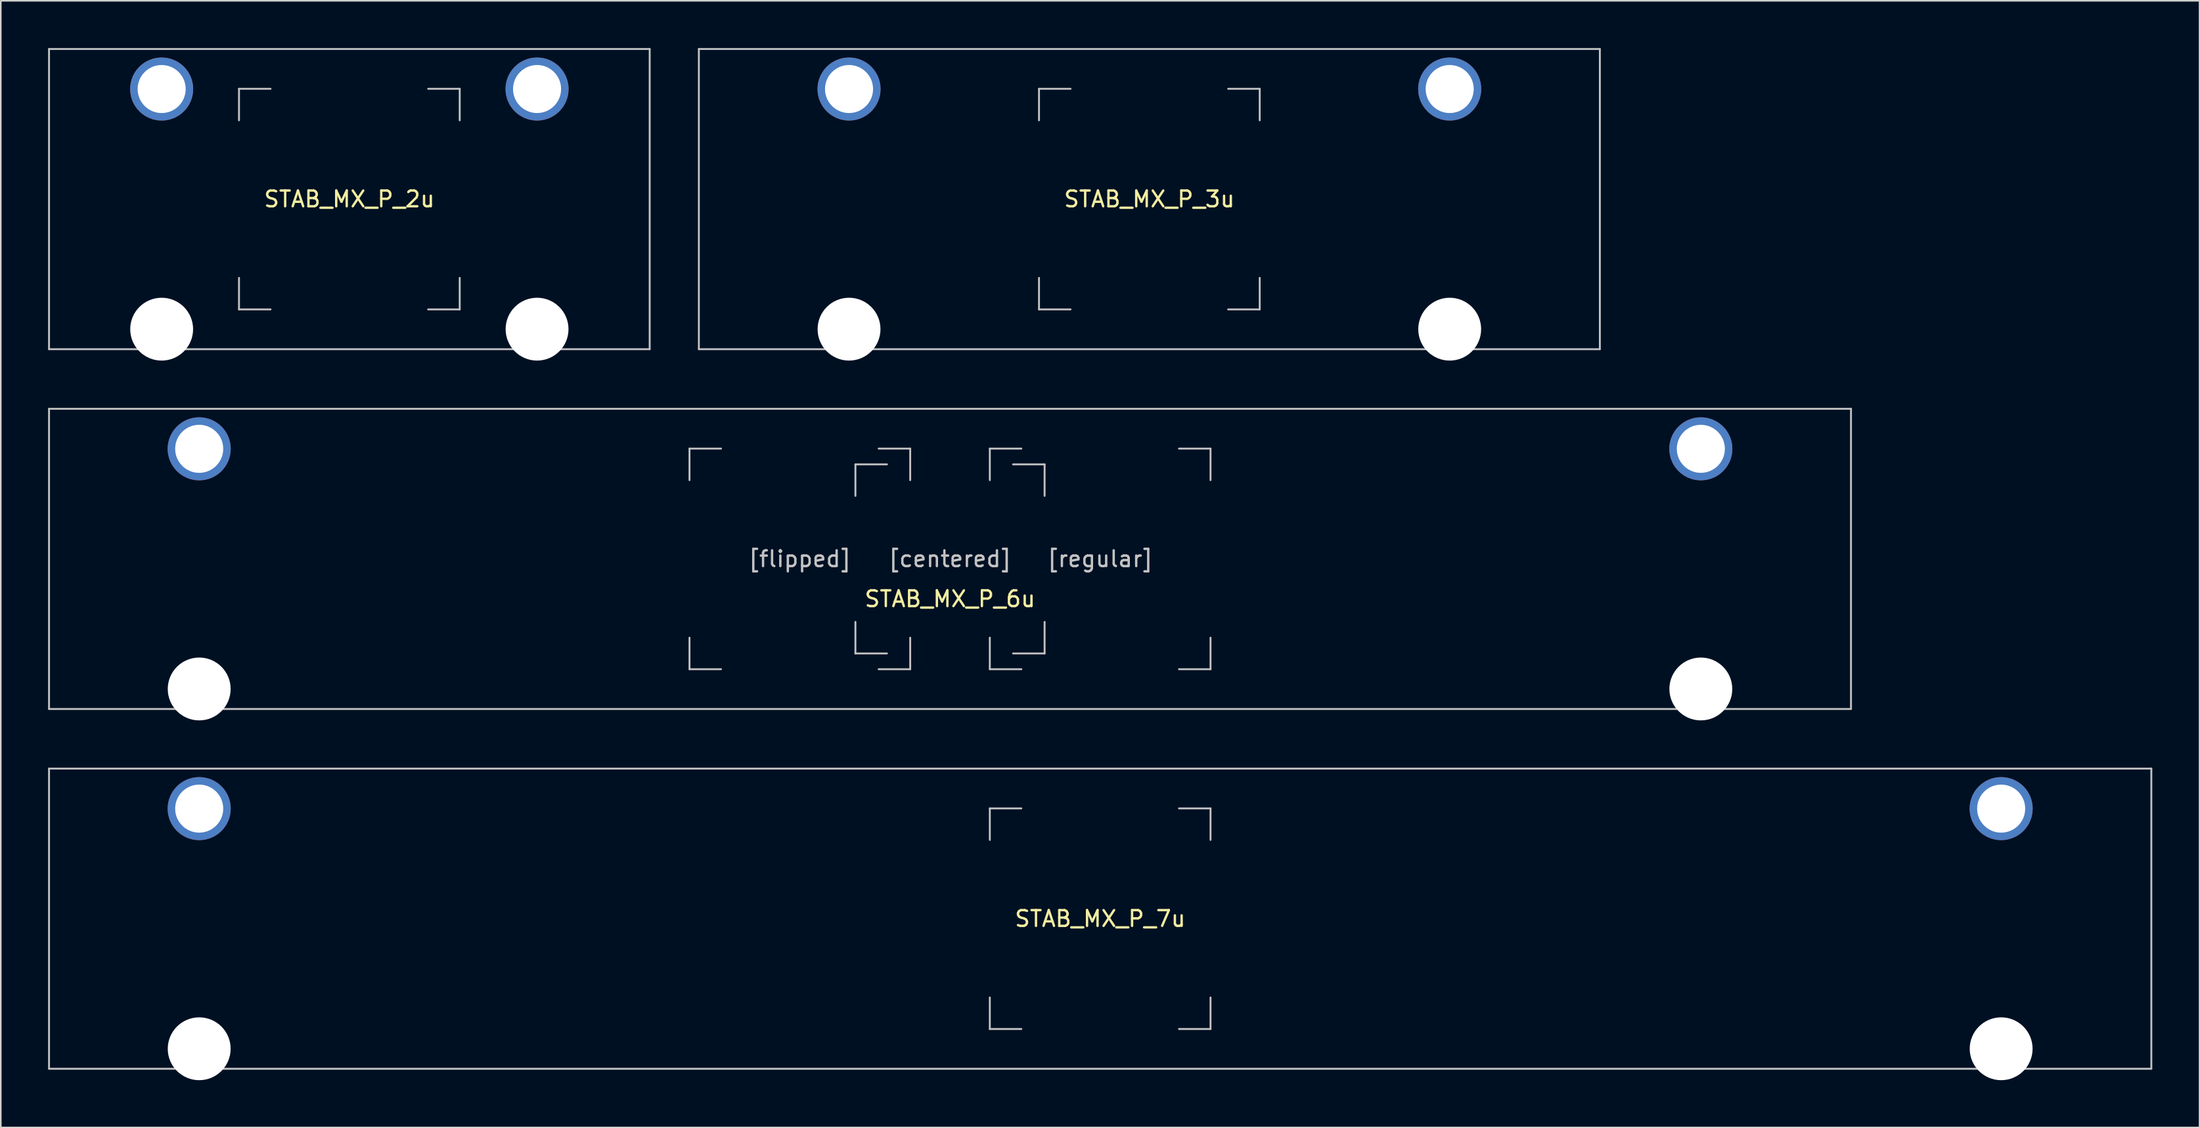
<source format=kicad_pcb>
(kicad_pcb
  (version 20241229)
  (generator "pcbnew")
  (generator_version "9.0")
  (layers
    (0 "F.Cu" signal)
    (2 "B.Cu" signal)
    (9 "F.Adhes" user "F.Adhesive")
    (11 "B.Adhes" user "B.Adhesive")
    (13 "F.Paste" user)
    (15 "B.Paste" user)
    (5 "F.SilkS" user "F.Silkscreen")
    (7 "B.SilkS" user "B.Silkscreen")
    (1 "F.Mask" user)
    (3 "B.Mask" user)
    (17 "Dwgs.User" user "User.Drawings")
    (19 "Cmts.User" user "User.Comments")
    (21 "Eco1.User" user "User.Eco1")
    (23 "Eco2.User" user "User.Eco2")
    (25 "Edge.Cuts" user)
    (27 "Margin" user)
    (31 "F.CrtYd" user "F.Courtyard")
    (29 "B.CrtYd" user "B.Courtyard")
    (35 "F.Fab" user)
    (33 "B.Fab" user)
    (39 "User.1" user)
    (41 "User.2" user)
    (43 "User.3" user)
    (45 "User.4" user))
  (footprint "STAB_MX_P_3u"
    (layer "F.Cu")
    (at 69.855 9.585)
    (property "Reference" "STAB_MX_P_3u" (at 0 0 0) (layer "F.SilkS") (effects (font (size 1 1) (thickness 0.15))))
    (attr through_hole exclude_from_pos_files exclude_from_bom)
    (fp_line (start -28.575 -9.525) (end -28.575 9.525) (stroke (width 0.12) (type solid)) (layer "Dwgs.User"))
    (fp_line (start -28.575 -9.525) (end 28.575 -9.525) (stroke (width 0.12) (type solid)) (layer "Dwgs.User"))
    (fp_line (start -28.575 9.525) (end 28.575 9.525) (stroke (width 0.12) (type solid)) (layer "Dwgs.User"))
    (fp_line (start -7 -7) (end -5 -7) (stroke (width 0.12) (type solid)) (layer "Dwgs.User"))
    (fp_line (start -7 -5) (end -7 -7) (stroke (width 0.12) (type solid)) (layer "Dwgs.User"))
    (fp_line (start -7 7) (end -7 5) (stroke (width 0.12) (type solid)) (layer "Dwgs.User"))
    (fp_line (start -5 7) (end -7 7) (stroke (width 0.12) (type solid)) (layer "Dwgs.User"))
    (fp_line (start 5 -7) (end 7 -7) (stroke (width 0.12) (type solid)) (layer "Dwgs.User"))
    (fp_line (start 5 7) (end 7 7) (stroke (width 0.12) (type solid)) (layer "Dwgs.User"))
    (fp_line (start 7 -7) (end 7 -5) (stroke (width 0.12) (type solid)) (layer "Dwgs.User"))
    (fp_line (start 7 7) (end 7 5) (stroke (width 0.12) (type solid)) (layer "Dwgs.User"))
    (fp_line (start 28.575 -9.525) (end 28.575 9.525) (stroke (width 0.12) (type solid)) (layer "Dwgs.User"))
    (fp_line (start -22.425 -5.5) (end -22.425 7.5) (stroke (width 0.05) (type solid)) (layer "Eco2.User"))
    (fp_line (start -21.925 -6) (end -16.175 -6) (stroke (width 0.05) (type solid)) (layer "Eco2.User"))
    (fp_line (start -21.925 8) (end -16.175 8) (stroke (width 0.05) (type solid)) (layer "Eco2.User"))
    (fp_line (start -15.675 -5.5) (end -15.675 7.5) (stroke (width 0.05) (type solid)) (layer "Eco2.User"))
    (fp_line (start 15.675 -5.5) (end 15.675 7.5) (stroke (width 0.05) (type solid)) (layer "Eco2.User"))
    (fp_line (start 16.175 -6) (end 21.924 -6) (stroke (width 0.05) (type solid)) (layer "Eco2.User"))
    (fp_line (start 16.175 8) (end 21.925 8) (stroke (width 0.05) (type solid)) (layer "Eco2.User"))
    (fp_line (start 22.424 -5.5) (end 22.425 7.5) (stroke (width 0.05) (type solid)) (layer "Eco2.User"))
    (fp_arc (start -22.425 -5.499999) (mid -22.278553 -5.853552) (end -21.925 -5.999999) (stroke (width 0.05) (type solid)) (layer "Eco2.User"))
    (fp_arc (start -21.925 8.000001) (mid -22.278553 7.853554) (end -22.425 7.500001) (stroke (width 0.05) (type solid)) (layer "Eco2.User"))
    (fp_arc (start -16.175 -5.999999) (mid -15.821447 -5.853552) (end -15.675 -5.499999) (stroke (width 0.05) (type solid)) (layer "Eco2.User"))
    (fp_arc (start -15.675 7.500001) (mid -15.821447 7.853554) (end -16.175 8.000001) (stroke (width 0.05) (type solid)) (layer "Eco2.User"))
    (fp_arc (start 15.675 -5.499999) (mid 15.821447 -5.853552) (end 16.175 -5.999999) (stroke (width 0.05) (type solid)) (layer "Eco2.User"))
    (fp_arc (start 16.175 8.000001) (mid 15.821447 7.853554) (end 15.675 7.500001) (stroke (width 0.05) (type solid)) (layer "Eco2.User"))
    (fp_arc (start 21.923789 -5.999999) (mid 22.277342 -5.853552) (end 22.423789 -5.499999) (stroke (width 0.05) (type solid)) (layer "Eco2.User"))
    (fp_arc (start 22.425 7.500001) (mid 22.278553 7.853554) (end 21.925 8.000001) (stroke (width 0.05) (type solid)) (layer "Eco2.User"))
    (pad "" thru_hole circle (at -19.05 -6.985) (size 4 4) (drill 3.048) (layers "*.Cu" "B.Mask"))
    (pad "" np_thru_hole circle (at -19.05 8.255) (size 3.988 3.988) (drill 3.988) (layers "*.Cu" "*.Mask"))
    (pad "" thru_hole circle (at 19.05 -6.985) (size 4 4) (drill 3.048) (layers "*.Cu" "B.Mask"))
    (pad "" np_thru_hole circle (at 19.05 8.255) (size 3.988 3.988) (drill 3.988) (layers "*.Cu" "*.Mask")))
  (footprint "STAB_MX_P_2u"
    (layer "F.Cu")
    (at 19.11 9.585)
    (property "Reference" "STAB_MX_P_2u" (at 0 0 0) (layer "F.SilkS") (effects (font (size 1 1) (thickness 0.15))))
    (attr through_hole exclude_from_pos_files exclude_from_bom)
    (fp_line (start -19.05 -9.525) (end -19.05 9.525) (stroke (width 0.12) (type solid)) (layer "Dwgs.User"))
    (fp_line (start -19.05 -9.525) (end 19.05 -9.525) (stroke (width 0.12) (type solid)) (layer "Dwgs.User"))
    (fp_line (start -19.05 9.525) (end 19.05 9.525) (stroke (width 0.12) (type solid)) (layer "Dwgs.User"))
    (fp_line (start -7 -7) (end -5 -7) (stroke (width 0.12) (type solid)) (layer "Dwgs.User"))
    (fp_line (start -7 -5) (end -7 -7) (stroke (width 0.12) (type solid)) (layer "Dwgs.User"))
    (fp_line (start -7 7) (end -7 5) (stroke (width 0.12) (type solid)) (layer "Dwgs.User"))
    (fp_line (start -5 7) (end -7 7) (stroke (width 0.12) (type solid)) (layer "Dwgs.User"))
    (fp_line (start 5 -7) (end 7 -7) (stroke (width 0.12) (type solid)) (layer "Dwgs.User"))
    (fp_line (start 5 7) (end 7 7) (stroke (width 0.12) (type solid)) (layer "Dwgs.User"))
    (fp_line (start 7 -7) (end 7 -5) (stroke (width 0.12) (type solid)) (layer "Dwgs.User"))
    (fp_line (start 7 7) (end 7 5) (stroke (width 0.12) (type solid)) (layer "Dwgs.User"))
    (fp_line (start 19.05 -9.525) (end 19.05 9.525) (stroke (width 0.12) (type solid)) (layer "Dwgs.User"))
    (fp_line (start -15.281 -5.5) (end -15.281 7.5) (stroke (width 0.05) (type solid)) (layer "Eco2.User"))
    (fp_line (start -14.781 -6) (end -9.031 -6) (stroke (width 0.05) (type solid)) (layer "Eco2.User"))
    (fp_line (start -14.781 8) (end -9.031 8) (stroke (width 0.05) (type solid)) (layer "Eco2.User"))
    (fp_line (start -8.531 -5.5) (end -8.531 7.5) (stroke (width 0.05) (type solid)) (layer "Eco2.User"))
    (fp_line (start 8.531 -5.5) (end 8.531 7.5) (stroke (width 0.05) (type solid)) (layer "Eco2.User"))
    (fp_line (start 9.031 -6) (end 14.78 -6) (stroke (width 0.05) (type solid)) (layer "Eco2.User"))
    (fp_line (start 9.031 8) (end 14.781 8) (stroke (width 0.05) (type solid)) (layer "Eco2.User"))
    (fp_line (start 15.28 -5.5) (end 15.281 7.5) (stroke (width 0.05) (type solid)) (layer "Eco2.User"))
    (fp_arc (start -15.28125 -5.499999) (mid -15.134803 -5.853552) (end -14.78125 -5.999999) (stroke (width 0.05) (type solid)) (layer "Eco2.User"))
    (fp_arc (start -14.78125 8.000001) (mid -15.134803 7.853554) (end -15.28125 7.500001) (stroke (width 0.05) (type solid)) (layer "Eco2.User"))
    (fp_arc (start -9.03125 -5.999999) (mid -8.677697 -5.853552) (end -8.53125 -5.499999) (stroke (width 0.05) (type solid)) (layer "Eco2.User"))
    (fp_arc (start -8.53125 7.500001) (mid -8.677697 7.853554) (end -9.03125 8.000001) (stroke (width 0.05) (type solid)) (layer "Eco2.User"))
    (fp_arc (start 8.53125 -5.499999) (mid 8.677697 -5.853552) (end 9.03125 -5.999999) (stroke (width 0.05) (type solid)) (layer "Eco2.User"))
    (fp_arc (start 9.03125 8.000001) (mid 8.677697 7.853554) (end 8.53125 7.500001) (stroke (width 0.05) (type solid)) (layer "Eco2.User"))
    (fp_arc (start 14.780039 -5.999999) (mid 15.133592 -5.853552) (end 15.280039 -5.499999) (stroke (width 0.05) (type solid)) (layer "Eco2.User"))
    (fp_arc (start 15.28125 7.500001) (mid 15.134803 7.853554) (end 14.78125 8.000001) (stroke (width 0.05) (type solid)) (layer "Eco2.User"))
    (pad "" thru_hole circle (at -11.906 -6.985) (size 4 4) (drill 3.048) (layers "*.Cu" "B.Mask"))
    (pad "" np_thru_hole circle (at -11.906 8.255) (size 3.988 3.988) (drill 3.988) (layers "*.Cu" "*.Mask"))
    (pad "" thru_hole circle (at 11.906 -6.985) (size 4 4) (drill 3.048) (layers "*.Cu" "B.Mask"))
    (pad "" np_thru_hole circle (at 11.906 8.255) (size 3.988 3.988) (drill 3.988) (layers "*.Cu" "*.Mask")))
  (footprint "STAB_MX_P_7u"
    (layer "F.Cu")
    (at 66.735 55.253)
    (property "Reference" "STAB_MX_P_7u" (at 0 0 0) (layer "F.SilkS") (effects (font (size 1 1) (thickness 0.15))))
    (attr through_hole exclude_from_pos_files exclude_from_bom)
    (fp_line (start -66.675 -9.525) (end -66.675 9.525) (stroke (width 0.12) (type solid)) (layer "Dwgs.User"))
    (fp_line (start -66.675 -9.525) (end 66.675 -9.525) (stroke (width 0.12) (type solid)) (layer "Dwgs.User"))
    (fp_line (start -66.675 9.525) (end 66.675 9.525) (stroke (width 0.12) (type solid)) (layer "Dwgs.User"))
    (fp_line (start -7 -7) (end -5 -7) (stroke (width 0.12) (type solid)) (layer "Dwgs.User"))
    (fp_line (start -7 -5) (end -7 -7) (stroke (width 0.12) (type solid)) (layer "Dwgs.User"))
    (fp_line (start -7 7) (end -7 5) (stroke (width 0.12) (type solid)) (layer "Dwgs.User"))
    (fp_line (start -5 7) (end -7 7) (stroke (width 0.12) (type solid)) (layer "Dwgs.User"))
    (fp_line (start 5 -7) (end 7 -7) (stroke (width 0.12) (type solid)) (layer "Dwgs.User"))
    (fp_line (start 5 7) (end 7 7) (stroke (width 0.12) (type solid)) (layer "Dwgs.User"))
    (fp_line (start 7 -7) (end 7 -5) (stroke (width 0.12) (type solid)) (layer "Dwgs.User"))
    (fp_line (start 7 7) (end 7 5) (stroke (width 0.12) (type solid)) (layer "Dwgs.User"))
    (fp_line (start 66.675 -9.525) (end 66.675 9.525) (stroke (width 0.12) (type solid)) (layer "Dwgs.User"))
    (fp_line (start -60.525 -5.5) (end -60.525 7.5) (stroke (width 0.05) (type solid)) (layer "Eco2.User"))
    (fp_line (start -60.025 -6) (end -54.275 -6) (stroke (width 0.05) (type solid)) (layer "Eco2.User"))
    (fp_line (start -60.025 8) (end -54.275 8) (stroke (width 0.05) (type solid)) (layer "Eco2.User"))
    (fp_line (start -53.775 -5.5) (end -53.775 7.5) (stroke (width 0.05) (type solid)) (layer "Eco2.User"))
    (fp_line (start 53.775 -5.5) (end 53.775 7.5) (stroke (width 0.05) (type solid)) (layer "Eco2.User"))
    (fp_line (start 54.275 -6) (end 60.024 -6) (stroke (width 0.05) (type solid)) (layer "Eco2.User"))
    (fp_line (start 54.275 8) (end 60.025 8) (stroke (width 0.05) (type solid)) (layer "Eco2.User"))
    (fp_line (start 60.524 -5.5) (end 60.525 7.5) (stroke (width 0.05) (type solid)) (layer "Eco2.User"))
    (fp_arc (start -60.525 -5.499999) (mid -60.378553 -5.853552) (end -60.025 -5.999999) (stroke (width 0.05) (type solid)) (layer "Eco2.User"))
    (fp_arc (start -60.025 8.000001) (mid -60.378553 7.853554) (end -60.525 7.500001) (stroke (width 0.05) (type solid)) (layer "Eco2.User"))
    (fp_arc (start -54.275 -5.999999) (mid -53.921447 -5.853552) (end -53.775 -5.499999) (stroke (width 0.05) (type solid)) (layer "Eco2.User"))
    (fp_arc (start -53.775 7.500001) (mid -53.921447 7.853554) (end -54.275 8.000001) (stroke (width 0.05) (type solid)) (layer "Eco2.User"))
    (fp_arc (start 53.775 -5.499999) (mid 53.921447 -5.853552) (end 54.275 -5.999999) (stroke (width 0.05) (type solid)) (layer "Eco2.User"))
    (fp_arc (start 54.275 8.000001) (mid 53.921447 7.853554) (end 53.775 7.500001) (stroke (width 0.05) (type solid)) (layer "Eco2.User"))
    (fp_arc (start 60.023789 -5.999999) (mid 60.377342 -5.853552) (end 60.523789 -5.499999) (stroke (width 0.05) (type solid)) (layer "Eco2.User"))
    (fp_arc (start 60.525 7.500001) (mid 60.378553 7.853554) (end 60.025 8.000001) (stroke (width 0.05) (type solid)) (layer "Eco2.User"))
    (pad "" thru_hole circle (at -57.15 -6.985) (size 4 4) (drill 3.048) (layers "*.Cu" "B.Mask"))
    (pad "" np_thru_hole circle (at -57.15 8.255) (size 3.988 3.988) (drill 3.988) (layers "*.Cu" "*.Mask"))
    (pad "" thru_hole circle (at 57.15 -6.985) (size 4 4) (drill 3.048) (layers "*.Cu" "B.Mask"))
    (pad "" np_thru_hole circle (at 57.15 8.255) (size 3.988 3.988) (drill 3.988) (layers "*.Cu" "*.Mask")))
  (footprint "STAB_MX_P_6u"
    (layer "F.Cu")
    (at 57.21 32.419)
    (property "Reference" "STAB_MX_P_6u" (at 0 2.54 0) (layer "F.SilkS") (effects (font (size 1 1) (thickness 0.15))))
    (attr through_hole exclude_from_pos_files exclude_from_bom)
    (fp_line (start -57.15 -9.525) (end -57.15 9.525) (stroke (width 0.12) (type solid)) (layer "Dwgs.User"))
    (fp_line (start -57.15 9.525) (end 57.15 9.525) (stroke (width 0.12) (type solid)) (layer "Dwgs.User"))
    (fp_line (start -16.525 -7) (end -14.525 -7) (stroke (width 0.12) (type solid)) (layer "Dwgs.User"))
    (fp_line (start -16.525 -5) (end -16.525 -7) (stroke (width 0.12) (type solid)) (layer "Dwgs.User"))
    (fp_line (start -16.525 7) (end -16.525 5) (stroke (width 0.12) (type solid)) (layer "Dwgs.User"))
    (fp_line (start -14.525 7) (end -16.525 7) (stroke (width 0.12) (type solid)) (layer "Dwgs.User"))
    (fp_line (start -6 -6) (end -4 -6) (stroke (width 0.12) (type solid)) (layer "Dwgs.User"))
    (fp_line (start -6 -4) (end -6 -6) (stroke (width 0.12) (type solid)) (layer "Dwgs.User"))
    (fp_line (start -6 6) (end -6 4) (stroke (width 0.12) (type solid)) (layer "Dwgs.User"))
    (fp_line (start -4.525 -7) (end -2.525 -7) (stroke (width 0.12) (type solid)) (layer "Dwgs.User"))
    (fp_line (start -4.525 7) (end -2.525 7) (stroke (width 0.12) (type solid)) (layer "Dwgs.User"))
    (fp_line (start -4 6) (end -6 6) (stroke (width 0.12) (type solid)) (layer "Dwgs.User"))
    (fp_line (start -2.525 -7) (end -2.525 -5) (stroke (width 0.12) (type solid)) (layer "Dwgs.User"))
    (fp_line (start -2.525 7) (end -2.525 5) (stroke (width 0.12) (type solid)) (layer "Dwgs.User"))
    (fp_line (start 2.525 -7) (end 4.525 -7) (stroke (width 0.12) (type solid)) (layer "Dwgs.User"))
    (fp_line (start 2.525 -5) (end 2.525 -7) (stroke (width 0.12) (type solid)) (layer "Dwgs.User"))
    (fp_line (start 2.525 7) (end 2.525 5) (stroke (width 0.12) (type solid)) (layer "Dwgs.User"))
    (fp_line (start 4 6) (end 6 6) (stroke (width 0.12) (type solid)) (layer "Dwgs.User"))
    (fp_line (start 4.525 7) (end 2.525 7) (stroke (width 0.12) (type solid)) (layer "Dwgs.User"))
    (fp_line (start 6 -6) (end 4 -6) (stroke (width 0.12) (type solid)) (layer "Dwgs.User"))
    (fp_line (start 6 -4) (end 6 -6) (stroke (width 0.12) (type solid)) (layer "Dwgs.User"))
    (fp_line (start 6 6) (end 6 4) (stroke (width 0.12) (type solid)) (layer "Dwgs.User"))
    (fp_line (start 14.525 -7) (end 16.525 -7) (stroke (width 0.12) (type solid)) (layer "Dwgs.User"))
    (fp_line (start 14.525 7) (end 16.525 7) (stroke (width 0.12) (type solid)) (layer "Dwgs.User"))
    (fp_line (start 16.525 -7) (end 16.525 -5) (stroke (width 0.12) (type solid)) (layer "Dwgs.User"))
    (fp_line (start 16.525 7) (end 16.525 5) (stroke (width 0.12) (type solid)) (layer "Dwgs.User"))
    (fp_line (start 57.15 -9.525) (end -57.15 -9.525) (stroke (width 0.12) (type solid)) (layer "Dwgs.User"))
    (fp_line (start 57.15 -9.525) (end 57.15 9.525) (stroke (width 0.12) (type solid)) (layer "Dwgs.User"))
    (fp_line (start -51 -5.5) (end -51 7.5) (stroke (width 0.05) (type solid)) (layer "Eco2.User"))
    (fp_line (start -50.5 -6) (end -44.75 -6) (stroke (width 0.05) (type solid)) (layer "Eco2.User"))
    (fp_line (start -50.5 8) (end -44.75 8) (stroke (width 0.05) (type solid)) (layer "Eco2.User"))
    (fp_line (start -44.25 -5.5) (end -44.25 7.5) (stroke (width 0.05) (type solid)) (layer "Eco2.User"))
    (fp_line (start 44.25 -5.5) (end 44.25 7.5) (stroke (width 0.05) (type solid)) (layer "Eco2.User"))
    (fp_line (start 44.75 -6) (end 50.499 -6) (stroke (width 0.05) (type solid)) (layer "Eco2.User"))
    (fp_line (start 44.75 8) (end 50.5 8) (stroke (width 0.05) (type solid)) (layer "Eco2.User"))
    (fp_line (start 50.999 -5.5) (end 51 7.5) (stroke (width 0.05) (type solid)) (layer "Eco2.User"))
    (fp_arc (start -51 -5.499999) (mid -50.853553 -5.853552) (end -50.5 -5.999999) (stroke (width 0.05) (type solid)) (layer "Eco2.User"))
    (fp_arc (start -50.5 8.000001) (mid -50.853553 7.853554) (end -51 7.500001) (stroke (width 0.05) (type solid)) (layer "Eco2.User"))
    (fp_arc (start -44.75 -5.999999) (mid -44.396447 -5.853552) (end -44.25 -5.499999) (stroke (width 0.05) (type solid)) (layer "Eco2.User"))
    (fp_arc (start -44.25 7.500001) (mid -44.396447 7.853554) (end -44.75 8.000001) (stroke (width 0.05) (type solid)) (layer "Eco2.User"))
    (fp_arc (start 44.25 -5.499999) (mid 44.396447 -5.853552) (end 44.75 -5.999999) (stroke (width 0.05) (type solid)) (layer "Eco2.User"))
    (fp_arc (start 44.75 8.000001) (mid 44.396447 7.853554) (end 44.25 7.500001) (stroke (width 0.05) (type solid)) (layer "Eco2.User"))
    (fp_arc (start 50.498789 -5.999999) (mid 50.852342 -5.853552) (end 50.998789 -5.499999) (stroke (width 0.05) (type solid)) (layer "Eco2.User"))
    (fp_arc (start 51 7.500001) (mid 50.853553 7.853554) (end 50.5 8.000001) (stroke (width 0.05) (type solid)) (layer "Eco2.User"))
    (fp_text user "[flipped]" (at -9.525 0 0) (layer "Dwgs.User") (effects (font (size 1 1) (thickness 0.15))))
    (fp_text user "[regular]" (at 9.525 0 0) (layer "Dwgs.User") (effects (font (size 1 1) (thickness 0.15))))
    (fp_text user "[centered]" (at 0 0 0) (layer "Dwgs.User") (effects (font (size 1 1) (thickness 0.15))))
    (pad "" thru_hole circle (at -47.625 -6.985) (size 4 4) (drill 3.048) (layers "*.Cu" "B.Mask"))
    (pad "" np_thru_hole circle (at -47.625 8.255) (size 3.988 3.988) (drill 3.988) (layers "*.Cu" "*.Mask"))
    (pad "" thru_hole circle (at 47.625 -6.985) (size 4 4) (drill 3.048) (layers "*.Cu" "B.Mask"))
    (pad "" np_thru_hole circle (at 47.625 8.255) (size 3.988 3.988) (drill 3.988) (layers "*.Cu" "*.Mask")))
  (gr_rect
    (start -3 -3)
    (end 136.47 68.502)
    (stroke (width 0.1) (type default))
    (fill no)
    (layer "Edge.Cuts")))
</source>
